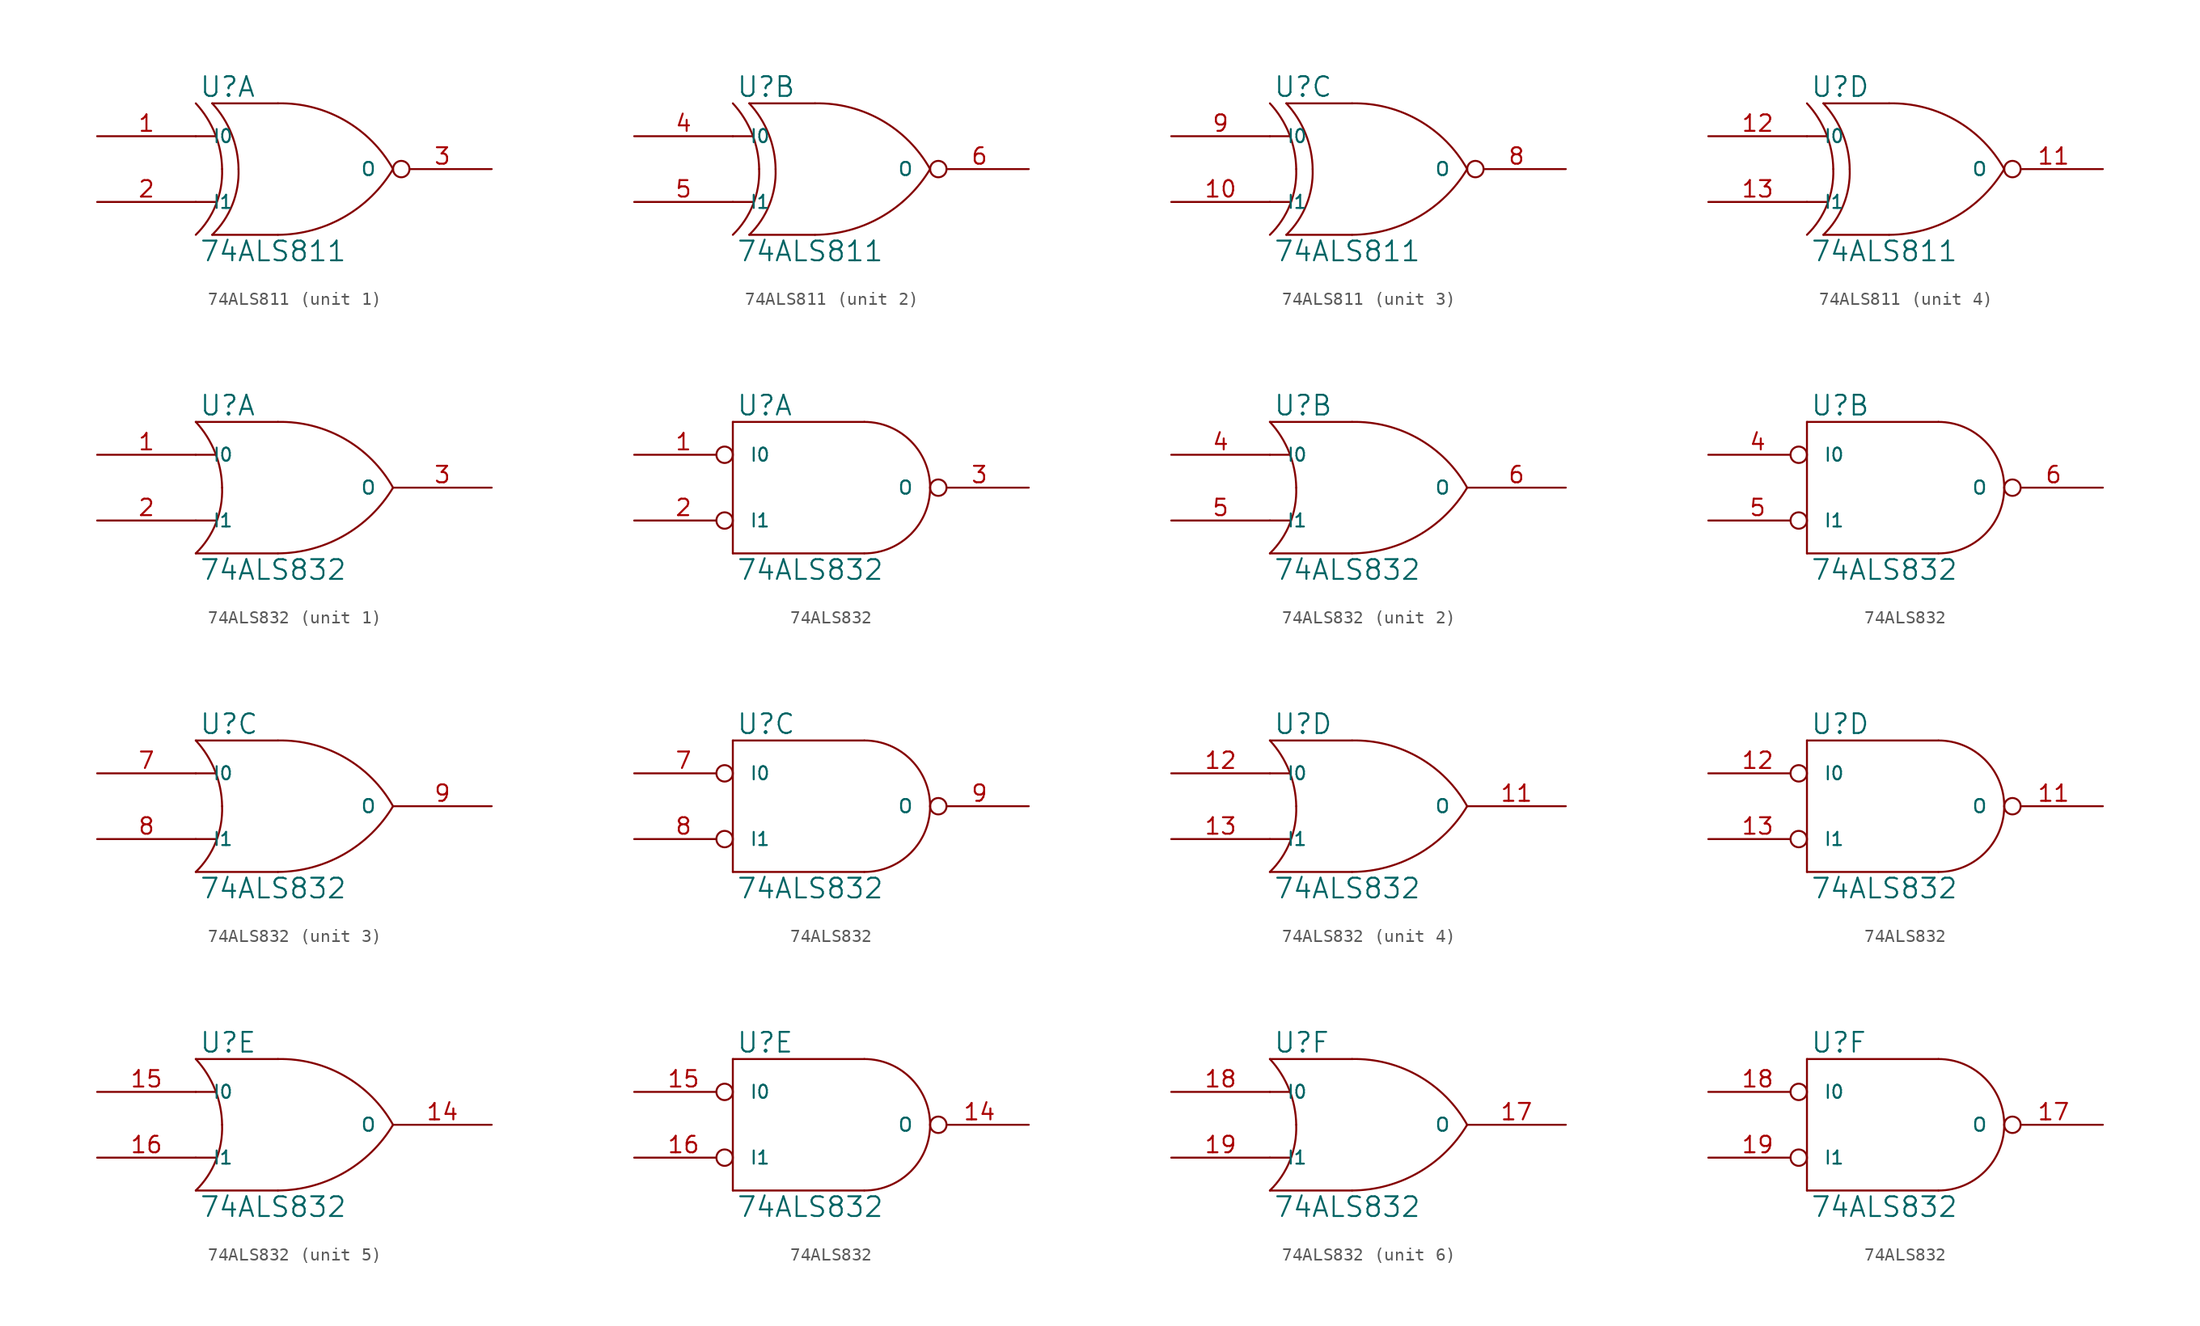
<source format=kicad_sym>
(kicad_symbol_lib
  (version 20231120)
  (generator "kicad_symbol_editor")
  (generator_version "8.0")
  (symbol "74ALS811"
    (pin_names
      (offset 1.27))
    (property "Reference" "U"
      (at 0.254 0.381 0)
      (effects (font (size 1.524 1.524)) (justify left bottom)))
    (property "Value" "74ALS811"
      (at 0.254 -10.541 0)
      (effects (font (size 1.524 1.524)) (justify left top)))
    (symbol "74ALS811_0_1"
      (arc (start 0 -10.16) (mid 1.5573 -7.8293) (end 2.032 -5.08) (stroke (width 0) (type solid)) (fill (type none)))
      (polyline (pts (xy 0 -7.62) (xy 1.524 -7.62)) (stroke (width 0) (type solid)) (fill (type none)))
      (polyline (pts (xy 0 -2.54) (xy 1.524 -2.54)) (stroke (width 0) (type solid)) (fill (type none)))
      (polyline (pts (xy 6.35 -10.16) (xy 1.27 -10.16)) (stroke (width 0) (type solid)) (fill (type none)))
      (polyline (pts (xy 6.35 0) (xy 1.27 0)) (stroke (width 0) (type solid)) (fill (type none)))
      (arc (start 1.27 -10.16) (mid 2.8273 -7.8293) (end 3.302 -5.08) (stroke (width 0) (type solid)) (fill (type none)))
      (arc (start 2.032 -5.08) (mid 1.4906 -2.3584) (end 0 0) (stroke (width 0) (type solid)) (fill (type none)))
      (arc (start 3.302 -5.08) (mid 2.7606 -2.3584) (end 1.27 0) (stroke (width 0) (type solid)) (fill (type none)))
      (arc (start 6.35 -10.16) (mid 11.4496 -8.7875) (end 15.24 -5.08) (stroke (width 0) (type solid)) (fill (type none)))
      (arc (start 15.24 -5.08) (mid 11.4893 -1.3041) (end 6.35 0) (stroke (width 0) (type solid)) (fill (type none))))
    (symbol "74ALS811_1_1"
      (pin input line (at -7.62 -2.54 0) (length 7.62) (name "I0" (effects (font (size 1.016 1.016)))) (number "1" (effects (font (size 1.27 1.27)))))
      (pin power_in line (at 0 0 270) (length 0) hide (name "VCC" (effects (font (size 1.016 1.016)))) (number "14" (effects (font (size 1.27 1.27)))))
      (pin input line (at -7.62 -7.62 0) (length 7.62) (name "I1" (effects (font (size 1.016 1.016)))) (number "2" (effects (font (size 1.27 1.27)))))
      (pin open_collector inverted (at 22.86 -5.08 180) (length 7.62) (name "O" (effects (font (size 1.016 1.016)))) (number "3" (effects (font (size 1.27 1.27)))))
      (pin power_in line (at 0 -10.16 90) (length 0) hide (name "GND" (effects (font (size 1.016 1.016)))) (number "7" (effects (font (size 1.27 1.27))))))
    (symbol "74ALS811_2_1"
      (pin power_in line (at 0 0 270) (length 0) hide (name "VCC" (effects (font (size 1.016 1.016)))) (number "14" (effects (font (size 1.27 1.27)))))
      (pin input line (at -7.62 -2.54 0) (length 7.62) (name "I0" (effects (font (size 1.016 1.016)))) (number "4" (effects (font (size 1.27 1.27)))))
      (pin input line (at -7.62 -7.62 0) (length 7.62) (name "I1" (effects (font (size 1.016 1.016)))) (number "5" (effects (font (size 1.27 1.27)))))
      (pin open_collector inverted (at 22.86 -5.08 180) (length 7.62) (name "O" (effects (font (size 1.016 1.016)))) (number "6" (effects (font (size 1.27 1.27)))))
      (pin power_in line (at 0 -10.16 90) (length 0) hide (name "GND" (effects (font (size 1.016 1.016)))) (number "7" (effects (font (size 1.27 1.27))))))
    (symbol "74ALS811_3_1"
      (pin input line (at -7.62 -7.62 0) (length 7.62) (name "I1" (effects (font (size 1.016 1.016)))) (number "10" (effects (font (size 1.27 1.27)))))
      (pin power_in line (at 0 0 270) (length 0) hide (name "VCC" (effects (font (size 1.016 1.016)))) (number "14" (effects (font (size 1.27 1.27)))))
      (pin power_in line (at 0 -10.16 90) (length 0) hide (name "GND" (effects (font (size 1.016 1.016)))) (number "7" (effects (font (size 1.27 1.27)))))
      (pin open_collector inverted (at 22.86 -5.08 180) (length 7.62) (name "O" (effects (font (size 1.016 1.016)))) (number "8" (effects (font (size 1.27 1.27)))))
      (pin input line (at -7.62 -2.54 0) (length 7.62) (name "I0" (effects (font (size 1.016 1.016)))) (number "9" (effects (font (size 1.27 1.27))))))
    (symbol "74ALS811_4_1"
      (pin open_collector inverted (at 22.86 -5.08 180) (length 7.62) (name "O" (effects (font (size 1.016 1.016)))) (number "11" (effects (font (size 1.27 1.27)))))
      (pin input line (at -7.62 -2.54 0) (length 7.62) (name "I0" (effects (font (size 1.016 1.016)))) (number "12" (effects (font (size 1.27 1.27)))))
      (pin input line (at -7.62 -7.62 0) (length 7.62) (name "I1" (effects (font (size 1.016 1.016)))) (number "13" (effects (font (size 1.27 1.27)))))
      (pin power_in line (at 0 0 270) (length 0) hide (name "VCC" (effects (font (size 1.016 1.016)))) (number "14" (effects (font (size 1.27 1.27)))))
      (pin power_in line (at 0 -10.16 90) (length 0) hide (name "GND" (effects (font (size 1.016 1.016)))) (number "7" (effects (font (size 1.27 1.27)))))))
  (symbol "74ALS832"
    (pin_names
      (offset 1.27))
    (property "Reference" "U"
      (at 0.254 0.381 0)
      (effects (font (size 1.524 1.524)) (justify left bottom)))
    (property "Value" "74ALS832"
      (at 0.254 -10.541 0)
      (effects (font (size 1.524 1.524)) (justify left top)))
    (symbol "74ALS832_0_1"
      (arc (start 0 -10.16) (mid 1.5573 -7.8293) (end 2.032 -5.08) (stroke (width 0) (type solid)) (fill (type none)))
      (polyline (pts (xy 0 -7.62) (xy 1.524 -7.62)) (stroke (width 0) (type solid)) (fill (type none)))
      (polyline (pts (xy 0 -2.54) (xy 1.524 -2.54)) (stroke (width 0) (type solid)) (fill (type none)))
      (polyline (pts (xy 6.35 -10.16) (xy 0 -10.16)) (stroke (width 0) (type solid)) (fill (type none)))
      (polyline (pts (xy 6.35 0) (xy 0 0)) (stroke (width 0) (type solid)) (fill (type none)))
      (arc (start 2.032 -5.08) (mid 1.4906 -2.3584) (end 0 0) (stroke (width 0) (type solid)) (fill (type none)))
      (arc (start 6.35 -10.16) (mid 11.4496 -8.7875) (end 15.24 -5.08) (stroke (width 0) (type solid)) (fill (type none)))
      (arc (start 15.24 -5.08) (mid 11.4893 -1.3041) (end 6.35 0) (stroke (width 0) (type solid)) (fill (type none))))
    (symbol "74ALS832_0_2"
      (polyline (pts (xy 0 -10.16) (xy 10.16 -10.16)) (stroke (width 0) (type solid)) (fill (type none)))
      (polyline (pts (xy 0 0) (xy 0 -10.16)) (stroke (width 0) (type solid)) (fill (type none)))
      (polyline (pts (xy 10.16 0) (xy 0 0)) (stroke (width 0) (type solid)) (fill (type none)))
      (arc (start 10.16 -10.16) (mid 13.7521 -8.6721) (end 15.24 -5.08) (stroke (width 0) (type solid)) (fill (type none)))
      (arc (start 15.24 -5.08) (mid 13.7521 -1.4879) (end 10.16 0) (stroke (width 0) (type solid)) (fill (type none))))
    (symbol "74ALS832_1_1"
      (pin input line (at -7.62 -2.54 0) (length 7.62) (name "I0" (effects (font (size 1.016 1.016)))) (number "1" (effects (font (size 1.27 1.27)))))
      (pin power_in line (at 0 -10.16 90) (length 0) hide (name "GND" (effects (font (size 1.016 1.016)))) (number "10" (effects (font (size 1.27 1.27)))))
      (pin input line (at -7.62 -7.62 0) (length 7.62) (name "I1" (effects (font (size 1.016 1.016)))) (number "2" (effects (font (size 1.27 1.27)))))
      (pin power_in line (at 0 0 270) (length 0) hide (name "VCC" (effects (font (size 1.016 1.016)))) (number "20" (effects (font (size 1.27 1.27)))))
      (pin output line (at 22.86 -5.08 180) (length 7.62) (name "O" (effects (font (size 1.016 1.016)))) (number "3" (effects (font (size 1.27 1.27))))))
    (symbol "74ALS832_1_2"
      (pin input inverted (at -7.62 -2.54 0) (length 7.62) (name "I0" (effects (font (size 1.016 1.016)))) (number "1" (effects (font (size 1.27 1.27)))))
      (pin power_in line (at 0 -10.16 90) (length 0) hide (name "GND" (effects (font (size 1.016 1.016)))) (number "10" (effects (font (size 1.27 1.27)))))
      (pin input inverted (at -7.62 -7.62 0) (length 7.62) (name "I1" (effects (font (size 1.016 1.016)))) (number "2" (effects (font (size 1.27 1.27)))))
      (pin power_in line (at 0 0 270) (length 0) hide (name "VCC" (effects (font (size 1.016 1.016)))) (number "20" (effects (font (size 1.27 1.27)))))
      (pin output inverted (at 22.86 -5.08 180) (length 7.62) (name "O" (effects (font (size 1.016 1.016)))) (number "3" (effects (font (size 1.27 1.27))))))
    (symbol "74ALS832_2_1"
      (pin power_in line (at 0 -10.16 90) (length 0) hide (name "GND" (effects (font (size 1.016 1.016)))) (number "10" (effects (font (size 1.27 1.27)))))
      (pin power_in line (at 0 0 270) (length 0) hide (name "VCC" (effects (font (size 1.016 1.016)))) (number "20" (effects (font (size 1.27 1.27)))))
      (pin input line (at -7.62 -2.54 0) (length 7.62) (name "I0" (effects (font (size 1.016 1.016)))) (number "4" (effects (font (size 1.27 1.27)))))
      (pin input line (at -7.62 -7.62 0) (length 7.62) (name "I1" (effects (font (size 1.016 1.016)))) (number "5" (effects (font (size 1.27 1.27)))))
      (pin output line (at 22.86 -5.08 180) (length 7.62) (name "O" (effects (font (size 1.016 1.016)))) (number "6" (effects (font (size 1.27 1.27))))))
    (symbol "74ALS832_2_2"
      (pin power_in line (at 0 -10.16 90) (length 0) hide (name "GND" (effects (font (size 1.016 1.016)))) (number "10" (effects (font (size 1.27 1.27)))))
      (pin power_in line (at 0 0 270) (length 0) hide (name "VCC" (effects (font (size 1.016 1.016)))) (number "20" (effects (font (size 1.27 1.27)))))
      (pin input inverted (at -7.62 -2.54 0) (length 7.62) (name "I0" (effects (font (size 1.016 1.016)))) (number "4" (effects (font (size 1.27 1.27)))))
      (pin input inverted (at -7.62 -7.62 0) (length 7.62) (name "I1" (effects (font (size 1.016 1.016)))) (number "5" (effects (font (size 1.27 1.27)))))
      (pin output inverted (at 22.86 -5.08 180) (length 7.62) (name "O" (effects (font (size 1.016 1.016)))) (number "6" (effects (font (size 1.27 1.27))))))
    (symbol "74ALS832_3_1"
      (pin power_in line (at 0 -10.16 90) (length 0) hide (name "GND" (effects (font (size 1.016 1.016)))) (number "10" (effects (font (size 1.27 1.27)))))
      (pin power_in line (at 0 0 270) (length 0) hide (name "VCC" (effects (font (size 1.016 1.016)))) (number "20" (effects (font (size 1.27 1.27)))))
      (pin input line (at -7.62 -2.54 0) (length 7.62) (name "I0" (effects (font (size 1.016 1.016)))) (number "7" (effects (font (size 1.27 1.27)))))
      (pin input line (at -7.62 -7.62 0) (length 7.62) (name "I1" (effects (font (size 1.016 1.016)))) (number "8" (effects (font (size 1.27 1.27)))))
      (pin output line (at 22.86 -5.08 180) (length 7.62) (name "O" (effects (font (size 1.016 1.016)))) (number "9" (effects (font (size 1.27 1.27))))))
    (symbol "74ALS832_3_2"
      (pin power_in line (at 0 -10.16 90) (length 0) hide (name "GND" (effects (font (size 1.016 1.016)))) (number "10" (effects (font (size 1.27 1.27)))))
      (pin power_in line (at 0 0 270) (length 0) hide (name "VCC" (effects (font (size 1.016 1.016)))) (number "20" (effects (font (size 1.27 1.27)))))
      (pin input inverted (at -7.62 -2.54 0) (length 7.62) (name "I0" (effects (font (size 1.016 1.016)))) (number "7" (effects (font (size 1.27 1.27)))))
      (pin input inverted (at -7.62 -7.62 0) (length 7.62) (name "I1" (effects (font (size 1.016 1.016)))) (number "8" (effects (font (size 1.27 1.27)))))
      (pin output inverted (at 22.86 -5.08 180) (length 7.62) (name "O" (effects (font (size 1.016 1.016)))) (number "9" (effects (font (size 1.27 1.27))))))
    (symbol "74ALS832_4_1"
      (pin power_in line (at 0 -10.16 90) (length 0) hide (name "GND" (effects (font (size 1.016 1.016)))) (number "10" (effects (font (size 1.27 1.27)))))
      (pin output line (at 22.86 -5.08 180) (length 7.62) (name "O" (effects (font (size 1.016 1.016)))) (number "11" (effects (font (size 1.27 1.27)))))
      (pin input line (at -7.62 -2.54 0) (length 7.62) (name "I0" (effects (font (size 1.016 1.016)))) (number "12" (effects (font (size 1.27 1.27)))))
      (pin input line (at -7.62 -7.62 0) (length 7.62) (name "I1" (effects (font (size 1.016 1.016)))) (number "13" (effects (font (size 1.27 1.27)))))
      (pin power_in line (at 0 0 270) (length 0) hide (name "VCC" (effects (font (size 1.016 1.016)))) (number "20" (effects (font (size 1.27 1.27))))))
    (symbol "74ALS832_4_2"
      (pin power_in line (at 0 -10.16 90) (length 0) hide (name "GND" (effects (font (size 1.016 1.016)))) (number "10" (effects (font (size 1.27 1.27)))))
      (pin output inverted (at 22.86 -5.08 180) (length 7.62) (name "O" (effects (font (size 1.016 1.016)))) (number "11" (effects (font (size 1.27 1.27)))))
      (pin input inverted (at -7.62 -2.54 0) (length 7.62) (name "I0" (effects (font (size 1.016 1.016)))) (number "12" (effects (font (size 1.27 1.27)))))
      (pin input inverted (at -7.62 -7.62 0) (length 7.62) (name "I1" (effects (font (size 1.016 1.016)))) (number "13" (effects (font (size 1.27 1.27)))))
      (pin power_in line (at 0 0 270) (length 0) hide (name "VCC" (effects (font (size 1.016 1.016)))) (number "20" (effects (font (size 1.27 1.27))))))
    (symbol "74ALS832_5_1"
      (pin power_in line (at 0 -10.16 90) (length 0) hide (name "GND" (effects (font (size 1.016 1.016)))) (number "10" (effects (font (size 1.27 1.27)))))
      (pin output line (at 22.86 -5.08 180) (length 7.62) (name "O" (effects (font (size 1.016 1.016)))) (number "14" (effects (font (size 1.27 1.27)))))
      (pin input line (at -7.62 -2.54 0) (length 7.62) (name "I0" (effects (font (size 1.016 1.016)))) (number "15" (effects (font (size 1.27 1.27)))))
      (pin input line (at -7.62 -7.62 0) (length 7.62) (name "I1" (effects (font (size 1.016 1.016)))) (number "16" (effects (font (size 1.27 1.27)))))
      (pin power_in line (at 0 0 270) (length 0) hide (name "VCC" (effects (font (size 1.016 1.016)))) (number "20" (effects (font (size 1.27 1.27))))))
    (symbol "74ALS832_5_2"
      (pin power_in line (at 0 -10.16 90) (length 0) hide (name "GND" (effects (font (size 1.016 1.016)))) (number "10" (effects (font (size 1.27 1.27)))))
      (pin output inverted (at 22.86 -5.08 180) (length 7.62) (name "O" (effects (font (size 1.016 1.016)))) (number "14" (effects (font (size 1.27 1.27)))))
      (pin input inverted (at -7.62 -2.54 0) (length 7.62) (name "I0" (effects (font (size 1.016 1.016)))) (number "15" (effects (font (size 1.27 1.27)))))
      (pin input inverted (at -7.62 -7.62 0) (length 7.62) (name "I1" (effects (font (size 1.016 1.016)))) (number "16" (effects (font (size 1.27 1.27)))))
      (pin power_in line (at 0 0 270) (length 0) hide (name "VCC" (effects (font (size 1.016 1.016)))) (number "20" (effects (font (size 1.27 1.27))))))
    (symbol "74ALS832_6_1"
      (pin power_in line (at 0 -10.16 90) (length 0) hide (name "GND" (effects (font (size 1.016 1.016)))) (number "10" (effects (font (size 1.27 1.27)))))
      (pin output line (at 22.86 -5.08 180) (length 7.62) (name "O" (effects (font (size 1.016 1.016)))) (number "17" (effects (font (size 1.27 1.27)))))
      (pin input line (at -7.62 -2.54 0) (length 7.62) (name "I0" (effects (font (size 1.016 1.016)))) (number "18" (effects (font (size 1.27 1.27)))))
      (pin input line (at -7.62 -7.62 0) (length 7.62) (name "I1" (effects (font (size 1.016 1.016)))) (number "19" (effects (font (size 1.27 1.27)))))
      (pin power_in line (at 0 0 270) (length 0) hide (name "VCC" (effects (font (size 1.016 1.016)))) (number "20" (effects (font (size 1.27 1.27))))))
    (symbol "74ALS832_6_2"
      (pin power_in line (at 0 -10.16 90) (length 0) hide (name "GND" (effects (font (size 1.016 1.016)))) (number "10" (effects (font (size 1.27 1.27)))))
      (pin output inverted (at 22.86 -5.08 180) (length 7.62) (name "O" (effects (font (size 1.016 1.016)))) (number "17" (effects (font (size 1.27 1.27)))))
      (pin input inverted (at -7.62 -2.54 0) (length 7.62) (name "I0" (effects (font (size 1.016 1.016)))) (number "18" (effects (font (size 1.27 1.27)))))
      (pin input inverted (at -7.62 -7.62 0) (length 7.62) (name "I1" (effects (font (size 1.016 1.016)))) (number "19" (effects (font (size 1.27 1.27)))))
      (pin power_in line (at 0 0 270) (length 0) hide (name "VCC" (effects (font (size 1.016 1.016)))) (number "20" (effects (font (size 1.27 1.27))))))))
</source>
